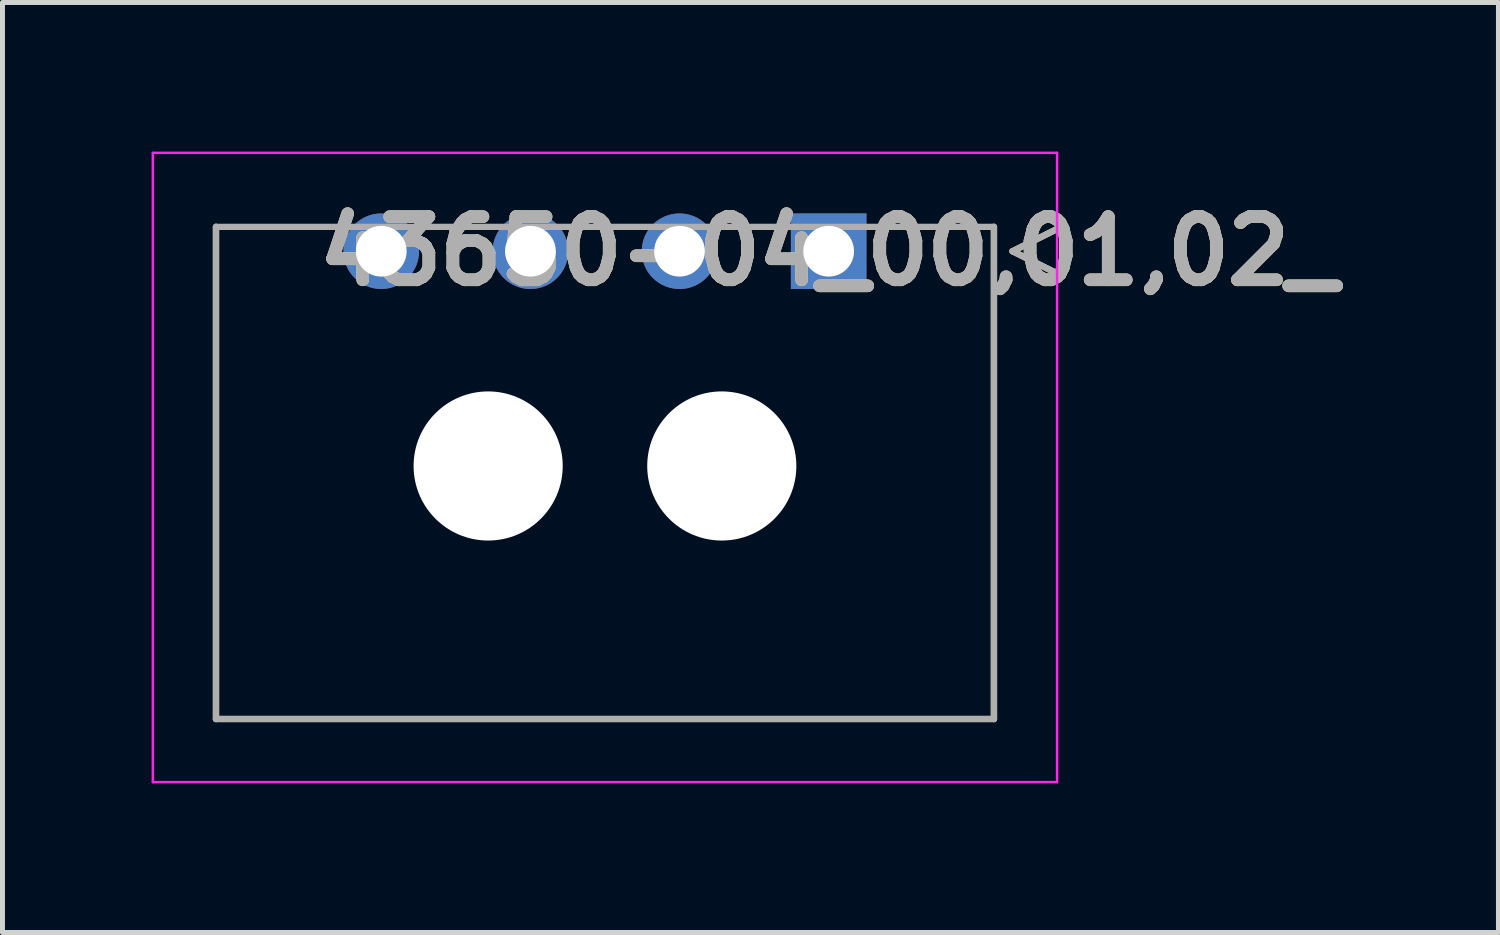
<source format=kicad_pcb>
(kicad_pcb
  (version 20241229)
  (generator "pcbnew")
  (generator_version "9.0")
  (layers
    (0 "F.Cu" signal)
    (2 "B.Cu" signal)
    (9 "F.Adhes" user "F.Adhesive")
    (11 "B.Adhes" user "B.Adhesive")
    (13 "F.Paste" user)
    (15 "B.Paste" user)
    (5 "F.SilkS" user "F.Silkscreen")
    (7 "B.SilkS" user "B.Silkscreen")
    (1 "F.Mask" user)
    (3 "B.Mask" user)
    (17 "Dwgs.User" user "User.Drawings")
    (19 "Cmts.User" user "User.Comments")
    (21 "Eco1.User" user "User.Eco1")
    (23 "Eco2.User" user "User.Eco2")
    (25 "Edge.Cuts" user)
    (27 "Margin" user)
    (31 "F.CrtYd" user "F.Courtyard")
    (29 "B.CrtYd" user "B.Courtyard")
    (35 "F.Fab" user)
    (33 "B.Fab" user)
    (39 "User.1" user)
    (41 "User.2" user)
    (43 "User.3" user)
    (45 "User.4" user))
  (footprint "43650-04_00,01,02_"
    (layer "F.Cu")
    (at 13.62 2.004)
    (property "Reference" "43650-04_00,01,02_" (at 0 0 0) (layer "F.SilkS") (effects (font (size 1.27 1.27) (thickness 0.254))))
    (attr through_hole)
    (fp_line (start -12.325 9.41) (end -12.325 -0.49) (stroke (width 0.127) (type solid)) (layer "F.SilkS"))
    (fp_line (start 3.325 -0.49) (end 3.325 9.41) (stroke (width 0.127) (type solid)) (layer "F.SilkS"))
    (fp_line (start 3.325 9.41) (end -12.325 9.41) (stroke (width 0.127) (type solid)) (layer "F.SilkS"))
    (fp_line (start 3.7 0) (end 4.7 -0.5) (stroke (width 0.127) (type solid)) (layer "F.SilkS"))
    (fp_line (start 4.7 -0.5) (end 4.7 0.5) (stroke (width 0.127) (type solid)) (layer "F.SilkS"))
    (fp_line (start 4.7 0.5) (end 3.7 0) (stroke (width 0.127) (type solid)) (layer "F.SilkS"))
    (fp_line (start -13.595 -1.979) (end 4.595 -1.979) (stroke (width 0.05) (type solid)) (layer "F.CrtYd"))
    (fp_line (start -13.595 10.68) (end -13.595 -1.979) (stroke (width 0.05) (type solid)) (layer "F.CrtYd"))
    (fp_line (start 4.595 -1.979) (end 4.595 10.68) (stroke (width 0.05) (type solid)) (layer "F.CrtYd"))
    (fp_line (start 4.595 10.68) (end -13.595 10.68) (stroke (width 0.05) (type solid)) (layer "F.CrtYd"))
    (fp_line (start -12.325 -0.49) (end 3.325 -0.49) (stroke (width 0.127) (type solid)) (layer "F.Fab"))
    (fp_line (start -12.325 9.41) (end -12.325 -0.49) (stroke (width 0.127) (type solid)) (layer "F.Fab"))
    (fp_line (start 3.325 -0.49) (end 3.325 9.41) (stroke (width 0.127) (type solid)) (layer "F.Fab"))
    (fp_line (start 3.325 9.41) (end -12.325 9.41) (stroke (width 0.127) (type solid)) (layer "F.Fab"))
    (fp_line (start 3.7 0) (end 4.7 -0.5) (stroke (width 0.127) (type solid)) (layer "F.Fab"))
    (fp_line (start 4.7 -0.5) (end 4.7 0.5) (stroke (width 0.127) (type solid)) (layer "F.Fab"))
    (fp_line (start 4.7 0.5) (end 3.7 0) (stroke (width 0.127) (type solid)) (layer "F.Fab"))
    (fp_text user "${REFERENCE}" (at 0 0 0) (layer "F.Fab") (effects (font (size 1.27 1.27) (thickness 0.254))))
    (pad "" np_thru_hole circle (at -6.85 4.32) (size 3 3) (drill 3) (layers "*.Cu" "*.Mask"))
    (pad "" np_thru_hole circle (at -2.15 4.32) (size 3 3) (drill 3) (layers "*.Cu" "*.Mask"))
    (pad "1" thru_hole rect (at 0 0) (size 1.52 1.52) (drill 1.02) (layers "*.Cu" "*.Mask"))
    (pad "2" thru_hole circle (at -3 0) (size 1.52 1.52) (drill 1.02) (layers "*.Cu" "*.Mask"))
    (pad "3" thru_hole circle (at -6 0) (size 1.52 1.52) (drill 1.02) (layers "*.Cu" "*.Mask"))
    (pad "4" thru_hole circle (at -9 0) (size 1.52 1.52) (drill 1.02) (layers "*.Cu" "*.Mask")))
  (gr_rect
    (start -3 -3)
    (end 27.094 15.709)
    (stroke (width 0.1) (type default))
    (fill no)
    (layer "Edge.Cuts")))
</source>
